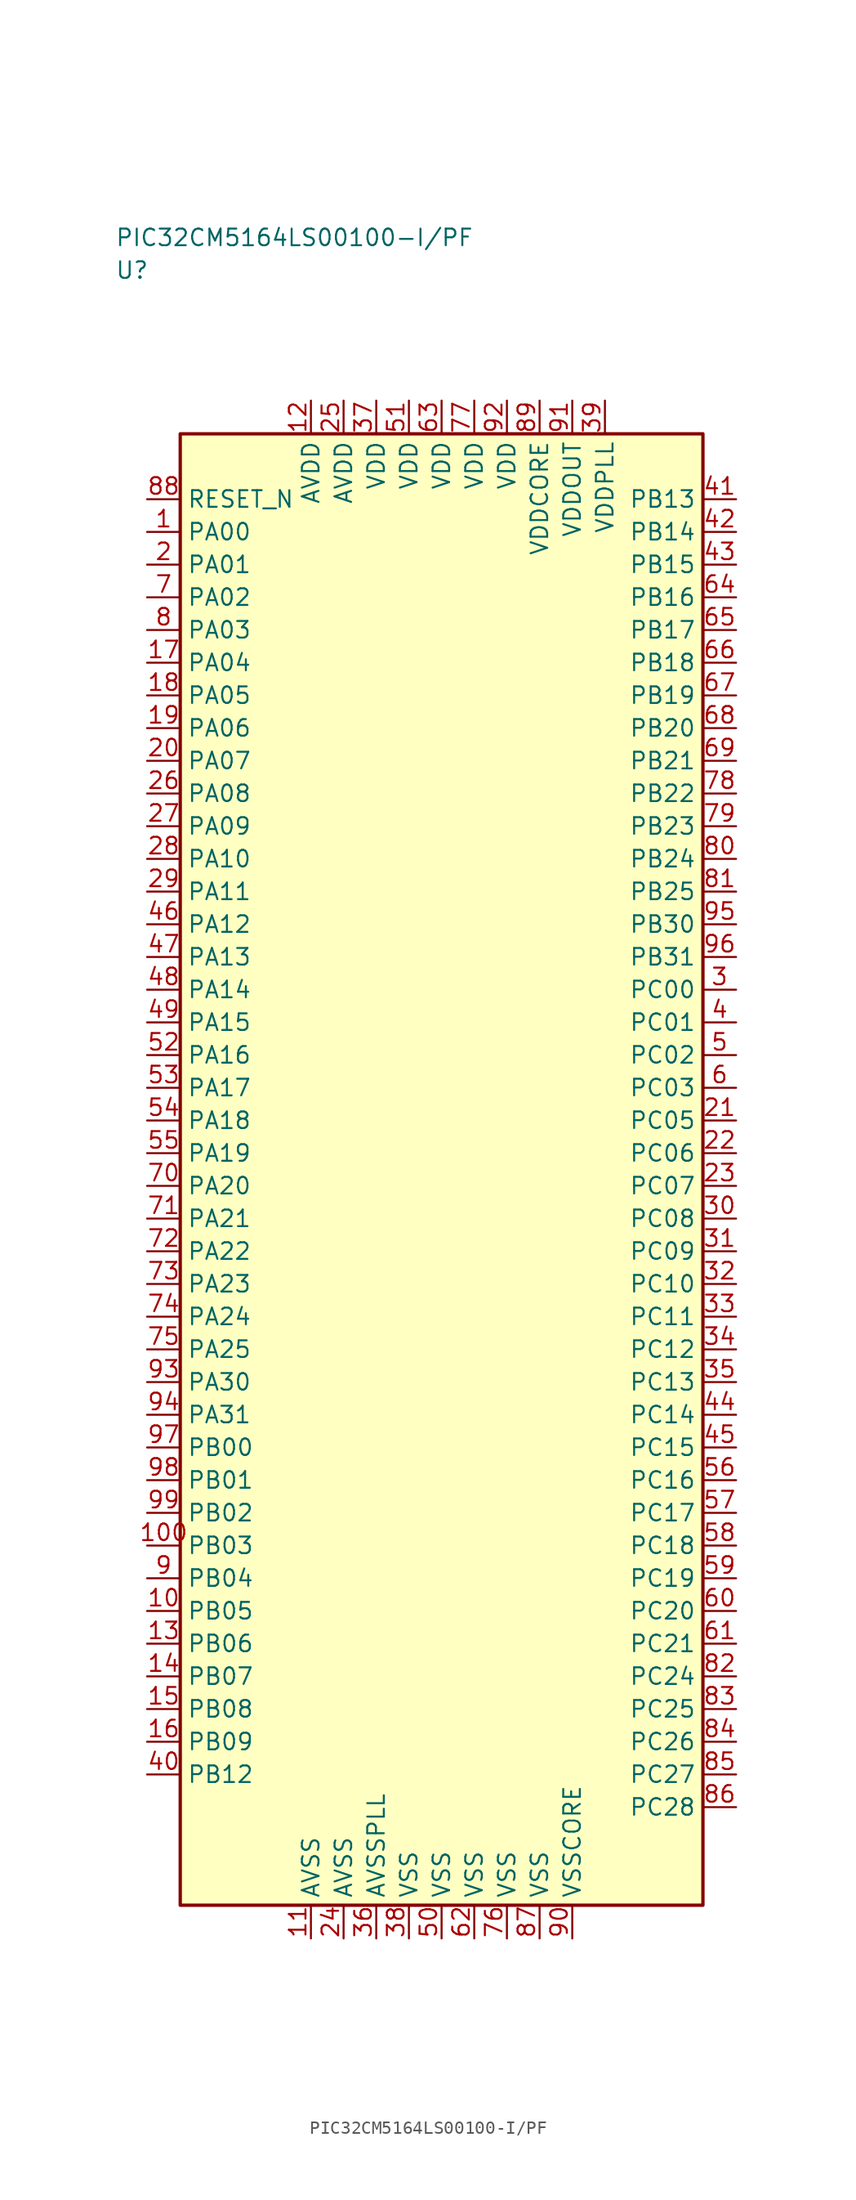
<source format=kicad_sym>
(kicad_symbol_lib
  (version 20241025)
  (generator "kicad_symbol_editor")
  (generator_version "8.0")
  (symbol "PIC32CM5164LS00100-I/PF"
    (property "Reference" "U"
      (at -25.0 68.75 0)
      (effects (font (size 1.27 1.27)) (justify left)))
    (property "Value" "PIC32CM5164LS00100-I/PF"
      (at -25.0 71.25 0)
      (effects (font (size 1.27 1.27)) (justify left)))
    (symbol "PIC32CM5164LS00100-I/PF_0_1"
      (rectangle (start -20.0 56.25) (end 20.0 -56.25) (stroke (width 0.254) (type default)) (fill (type background))))
    (symbol "PIC32CM5164LS00100-I/PF_1_1"
      (pin bidirectional line (at -22.54 48.75 0.0) (length 2.54) (name "PA00" (effects (font (size 1.27 1.27)))) (number "1" (effects (font (size 1.27 1.27)))))
      (pin bidirectional line (at -22.54 46.25 0.0) (length 2.54) (name "PA01" (effects (font (size 1.27 1.27)))) (number "2" (effects (font (size 1.27 1.27)))))
      (pin bidirectional line (at 22.54 13.75 180.0) (length 2.54) (name "PC00" (effects (font (size 1.27 1.27)))) (number "3" (effects (font (size 1.27 1.27)))))
      (pin bidirectional line (at 22.54 11.25 180.0) (length 2.54) (name "PC01" (effects (font (size 1.27 1.27)))) (number "4" (effects (font (size 1.27 1.27)))))
      (pin bidirectional line (at 22.54 8.75 180.0) (length 2.54) (name "PC02" (effects (font (size 1.27 1.27)))) (number "5" (effects (font (size 1.27 1.27)))))
      (pin bidirectional line (at 22.54 6.25 180.0) (length 2.54) (name "PC03" (effects (font (size 1.27 1.27)))) (number "6" (effects (font (size 1.27 1.27)))))
      (pin bidirectional line (at -22.54 43.75 0.0) (length 2.54) (name "PA02" (effects (font (size 1.27 1.27)))) (number "7" (effects (font (size 1.27 1.27)))))
      (pin bidirectional line (at -22.54 41.25 0.0) (length 2.54) (name "PA03" (effects (font (size 1.27 1.27)))) (number "8" (effects (font (size 1.27 1.27)))))
      (pin bidirectional line (at -22.54 -31.25 0.0) (length 2.54) (name "PB04" (effects (font (size 1.27 1.27)))) (number "9" (effects (font (size 1.27 1.27)))))
      (pin bidirectional line (at -22.54 -33.75 0.0) (length 2.54) (name "PB05" (effects (font (size 1.27 1.27)))) (number "10" (effects (font (size 1.27 1.27)))))
      (pin passive line (at -10.0 -58.79 90.0) (length 2.54) (name "AVSS" (effects (font (size 1.27 1.27)))) (number "11" (effects (font (size 1.27 1.27)))))
      (pin power_in line (at -10.0 58.79 270.0) (length 2.54) (name "AVDD" (effects (font (size 1.27 1.27)))) (number "12" (effects (font (size 1.27 1.27)))))
      (pin bidirectional line (at -22.54 -36.25 0.0) (length 2.54) (name "PB06" (effects (font (size 1.27 1.27)))) (number "13" (effects (font (size 1.27 1.27)))))
      (pin bidirectional line (at -22.54 -38.75 0.0) (length 2.54) (name "PB07" (effects (font (size 1.27 1.27)))) (number "14" (effects (font (size 1.27 1.27)))))
      (pin bidirectional line (at -22.54 -41.25 0.0) (length 2.54) (name "PB08" (effects (font (size 1.27 1.27)))) (number "15" (effects (font (size 1.27 1.27)))))
      (pin bidirectional line (at -22.54 -43.75 0.0) (length 2.54) (name "PB09" (effects (font (size 1.27 1.27)))) (number "16" (effects (font (size 1.27 1.27)))))
      (pin bidirectional line (at -22.54 38.75 0.0) (length 2.54) (name "PA04" (effects (font (size 1.27 1.27)))) (number "17" (effects (font (size 1.27 1.27)))))
      (pin bidirectional line (at -22.54 36.25 0.0) (length 2.54) (name "PA05" (effects (font (size 1.27 1.27)))) (number "18" (effects (font (size 1.27 1.27)))))
      (pin bidirectional line (at -22.54 33.75 0.0) (length 2.54) (name "PA06" (effects (font (size 1.27 1.27)))) (number "19" (effects (font (size 1.27 1.27)))))
      (pin bidirectional line (at -22.54 31.25 0.0) (length 2.54) (name "PA07" (effects (font (size 1.27 1.27)))) (number "20" (effects (font (size 1.27 1.27)))))
      (pin bidirectional line (at 22.54 3.75 180.0) (length 2.54) (name "PC05" (effects (font (size 1.27 1.27)))) (number "21" (effects (font (size 1.27 1.27)))))
      (pin bidirectional line (at 22.54 1.25 180.0) (length 2.54) (name "PC06" (effects (font (size 1.27 1.27)))) (number "22" (effects (font (size 1.27 1.27)))))
      (pin bidirectional line (at 22.54 -1.25 180.0) (length 2.54) (name "PC07" (effects (font (size 1.27 1.27)))) (number "23" (effects (font (size 1.27 1.27)))))
      (pin passive line (at -7.5 -58.79 90.0) (length 2.54) (name "AVSS" (effects (font (size 1.27 1.27)))) (number "24" (effects (font (size 1.27 1.27)))))
      (pin power_in line (at -7.5 58.79 270.0) (length 2.54) (name "AVDD" (effects (font (size 1.27 1.27)))) (number "25" (effects (font (size 1.27 1.27)))))
      (pin bidirectional line (at -22.54 28.75 0.0) (length 2.54) (name "PA08" (effects (font (size 1.27 1.27)))) (number "26" (effects (font (size 1.27 1.27)))))
      (pin bidirectional line (at -22.54 26.25 0.0) (length 2.54) (name "PA09" (effects (font (size 1.27 1.27)))) (number "27" (effects (font (size 1.27 1.27)))))
      (pin bidirectional line (at -22.54 23.75 0.0) (length 2.54) (name "PA10" (effects (font (size 1.27 1.27)))) (number "28" (effects (font (size 1.27 1.27)))))
      (pin bidirectional line (at -22.54 21.25 0.0) (length 2.54) (name "PA11" (effects (font (size 1.27 1.27)))) (number "29" (effects (font (size 1.27 1.27)))))
      (pin bidirectional line (at 22.54 -3.75 180.0) (length 2.54) (name "PC08" (effects (font (size 1.27 1.27)))) (number "30" (effects (font (size 1.27 1.27)))))
      (pin bidirectional line (at 22.54 -6.25 180.0) (length 2.54) (name "PC09" (effects (font (size 1.27 1.27)))) (number "31" (effects (font (size 1.27 1.27)))))
      (pin bidirectional line (at 22.54 -8.75 180.0) (length 2.54) (name "PC10" (effects (font (size 1.27 1.27)))) (number "32" (effects (font (size 1.27 1.27)))))
      (pin bidirectional line (at 22.54 -11.25 180.0) (length 2.54) (name "PC11" (effects (font (size 1.27 1.27)))) (number "33" (effects (font (size 1.27 1.27)))))
      (pin bidirectional line (at 22.54 -13.75 180.0) (length 2.54) (name "PC12" (effects (font (size 1.27 1.27)))) (number "34" (effects (font (size 1.27 1.27)))))
      (pin bidirectional line (at 22.54 -16.25 180.0) (length 2.54) (name "PC13" (effects (font (size 1.27 1.27)))) (number "35" (effects (font (size 1.27 1.27)))))
      (pin passive line (at -5.0 -58.79 90.0) (length 2.54) (name "AVSSPLL" (effects (font (size 1.27 1.27)))) (number "36" (effects (font (size 1.27 1.27)))))
      (pin power_in line (at -5.0 58.79 270.0) (length 2.54) (name "VDD" (effects (font (size 1.27 1.27)))) (number "37" (effects (font (size 1.27 1.27)))))
      (pin passive line (at -2.5 -58.79 90.0) (length 2.54) (name "VSS" (effects (font (size 1.27 1.27)))) (number "38" (effects (font (size 1.27 1.27)))))
      (pin power_in line (at 12.5 58.79 270.0) (length 2.54) (name "VDDPLL" (effects (font (size 1.27 1.27)))) (number "39" (effects (font (size 1.27 1.27)))))
      (pin bidirectional line (at -22.54 -46.25 0.0) (length 2.54) (name "PB12" (effects (font (size 1.27 1.27)))) (number "40" (effects (font (size 1.27 1.27)))))
      (pin bidirectional line (at 22.54 51.25 180.0) (length 2.54) (name "PB13" (effects (font (size 1.27 1.27)))) (number "41" (effects (font (size 1.27 1.27)))))
      (pin bidirectional line (at 22.54 48.75 180.0) (length 2.54) (name "PB14" (effects (font (size 1.27 1.27)))) (number "42" (effects (font (size 1.27 1.27)))))
      (pin bidirectional line (at 22.54 46.25 180.0) (length 2.54) (name "PB15" (effects (font (size 1.27 1.27)))) (number "43" (effects (font (size 1.27 1.27)))))
      (pin bidirectional line (at 22.54 -18.75 180.0) (length 2.54) (name "PC14" (effects (font (size 1.27 1.27)))) (number "44" (effects (font (size 1.27 1.27)))))
      (pin bidirectional line (at 22.54 -21.25 180.0) (length 2.54) (name "PC15" (effects (font (size 1.27 1.27)))) (number "45" (effects (font (size 1.27 1.27)))))
      (pin bidirectional line (at -22.54 18.75 0.0) (length 2.54) (name "PA12" (effects (font (size 1.27 1.27)))) (number "46" (effects (font (size 1.27 1.27)))))
      (pin bidirectional line (at -22.54 16.25 0.0) (length 2.54) (name "PA13" (effects (font (size 1.27 1.27)))) (number "47" (effects (font (size 1.27 1.27)))))
      (pin bidirectional line (at -22.54 13.75 0.0) (length 2.54) (name "PA14" (effects (font (size 1.27 1.27)))) (number "48" (effects (font (size 1.27 1.27)))))
      (pin bidirectional line (at -22.54 11.25 0.0) (length 2.54) (name "PA15" (effects (font (size 1.27 1.27)))) (number "49" (effects (font (size 1.27 1.27)))))
      (pin passive line (at 0.0 -58.79 90.0) (length 2.54) (name "VSS" (effects (font (size 1.27 1.27)))) (number "50" (effects (font (size 1.27 1.27)))))
      (pin power_in line (at -2.5 58.79 270.0) (length 2.54) (name "VDD" (effects (font (size 1.27 1.27)))) (number "51" (effects (font (size 1.27 1.27)))))
      (pin bidirectional line (at -22.54 8.75 0.0) (length 2.54) (name "PA16" (effects (font (size 1.27 1.27)))) (number "52" (effects (font (size 1.27 1.27)))))
      (pin bidirectional line (at -22.54 6.25 0.0) (length 2.54) (name "PA17" (effects (font (size 1.27 1.27)))) (number "53" (effects (font (size 1.27 1.27)))))
      (pin bidirectional line (at -22.54 3.75 0.0) (length 2.54) (name "PA18" (effects (font (size 1.27 1.27)))) (number "54" (effects (font (size 1.27 1.27)))))
      (pin bidirectional line (at -22.54 1.25 0.0) (length 2.54) (name "PA19" (effects (font (size 1.27 1.27)))) (number "55" (effects (font (size 1.27 1.27)))))
      (pin bidirectional line (at 22.54 -23.75 180.0) (length 2.54) (name "PC16" (effects (font (size 1.27 1.27)))) (number "56" (effects (font (size 1.27 1.27)))))
      (pin bidirectional line (at 22.54 -26.25 180.0) (length 2.54) (name "PC17" (effects (font (size 1.27 1.27)))) (number "57" (effects (font (size 1.27 1.27)))))
      (pin bidirectional line (at 22.54 -28.75 180.0) (length 2.54) (name "PC18" (effects (font (size 1.27 1.27)))) (number "58" (effects (font (size 1.27 1.27)))))
      (pin bidirectional line (at 22.54 -31.25 180.0) (length 2.54) (name "PC19" (effects (font (size 1.27 1.27)))) (number "59" (effects (font (size 1.27 1.27)))))
      (pin bidirectional line (at 22.54 -33.75 180.0) (length 2.54) (name "PC20" (effects (font (size 1.27 1.27)))) (number "60" (effects (font (size 1.27 1.27)))))
      (pin bidirectional line (at 22.54 -36.25 180.0) (length 2.54) (name "PC21" (effects (font (size 1.27 1.27)))) (number "61" (effects (font (size 1.27 1.27)))))
      (pin passive line (at 2.5 -58.79 90.0) (length 2.54) (name "VSS" (effects (font (size 1.27 1.27)))) (number "62" (effects (font (size 1.27 1.27)))))
      (pin power_in line (at 0.0 58.79 270.0) (length 2.54) (name "VDD" (effects (font (size 1.27 1.27)))) (number "63" (effects (font (size 1.27 1.27)))))
      (pin bidirectional line (at 22.54 43.75 180.0) (length 2.54) (name "PB16" (effects (font (size 1.27 1.27)))) (number "64" (effects (font (size 1.27 1.27)))))
      (pin bidirectional line (at 22.54 41.25 180.0) (length 2.54) (name "PB17" (effects (font (size 1.27 1.27)))) (number "65" (effects (font (size 1.27 1.27)))))
      (pin bidirectional line (at 22.54 38.75 180.0) (length 2.54) (name "PB18" (effects (font (size 1.27 1.27)))) (number "66" (effects (font (size 1.27 1.27)))))
      (pin bidirectional line (at 22.54 36.25 180.0) (length 2.54) (name "PB19" (effects (font (size 1.27 1.27)))) (number "67" (effects (font (size 1.27 1.27)))))
      (pin bidirectional line (at 22.54 33.75 180.0) (length 2.54) (name "PB20" (effects (font (size 1.27 1.27)))) (number "68" (effects (font (size 1.27 1.27)))))
      (pin bidirectional line (at 22.54 31.25 180.0) (length 2.54) (name "PB21" (effects (font (size 1.27 1.27)))) (number "69" (effects (font (size 1.27 1.27)))))
      (pin bidirectional line (at -22.54 -1.25 0.0) (length 2.54) (name "PA20" (effects (font (size 1.27 1.27)))) (number "70" (effects (font (size 1.27 1.27)))))
      (pin bidirectional line (at -22.54 -3.75 0.0) (length 2.54) (name "PA21" (effects (font (size 1.27 1.27)))) (number "71" (effects (font (size 1.27 1.27)))))
      (pin bidirectional line (at -22.54 -6.25 0.0) (length 2.54) (name "PA22" (effects (font (size 1.27 1.27)))) (number "72" (effects (font (size 1.27 1.27)))))
      (pin bidirectional line (at -22.54 -8.75 0.0) (length 2.54) (name "PA23" (effects (font (size 1.27 1.27)))) (number "73" (effects (font (size 1.27 1.27)))))
      (pin bidirectional line (at -22.54 -11.25 0.0) (length 2.54) (name "PA24" (effects (font (size 1.27 1.27)))) (number "74" (effects (font (size 1.27 1.27)))))
      (pin bidirectional line (at -22.54 -13.75 0.0) (length 2.54) (name "PA25" (effects (font (size 1.27 1.27)))) (number "75" (effects (font (size 1.27 1.27)))))
      (pin passive line (at 5.0 -58.79 90.0) (length 2.54) (name "VSS" (effects (font (size 1.27 1.27)))) (number "76" (effects (font (size 1.27 1.27)))))
      (pin power_in line (at 2.5 58.79 270.0) (length 2.54) (name "VDD" (effects (font (size 1.27 1.27)))) (number "77" (effects (font (size 1.27 1.27)))))
      (pin bidirectional line (at 22.54 28.75 180.0) (length 2.54) (name "PB22" (effects (font (size 1.27 1.27)))) (number "78" (effects (font (size 1.27 1.27)))))
      (pin bidirectional line (at 22.54 26.25 180.0) (length 2.54) (name "PB23" (effects (font (size 1.27 1.27)))) (number "79" (effects (font (size 1.27 1.27)))))
      (pin bidirectional line (at 22.54 23.75 180.0) (length 2.54) (name "PB24" (effects (font (size 1.27 1.27)))) (number "80" (effects (font (size 1.27 1.27)))))
      (pin bidirectional line (at 22.54 21.25 180.0) (length 2.54) (name "PB25" (effects (font (size 1.27 1.27)))) (number "81" (effects (font (size 1.27 1.27)))))
      (pin bidirectional line (at 22.54 -38.75 180.0) (length 2.54) (name "PC24" (effects (font (size 1.27 1.27)))) (number "82" (effects (font (size 1.27 1.27)))))
      (pin bidirectional line (at 22.54 -41.25 180.0) (length 2.54) (name "PC25" (effects (font (size 1.27 1.27)))) (number "83" (effects (font (size 1.27 1.27)))))
      (pin bidirectional line (at 22.54 -43.75 180.0) (length 2.54) (name "PC26" (effects (font (size 1.27 1.27)))) (number "84" (effects (font (size 1.27 1.27)))))
      (pin bidirectional line (at 22.54 -46.25 180.0) (length 2.54) (name "PC27" (effects (font (size 1.27 1.27)))) (number "85" (effects (font (size 1.27 1.27)))))
      (pin bidirectional line (at 22.54 -48.75 180.0) (length 2.54) (name "PC28" (effects (font (size 1.27 1.27)))) (number "86" (effects (font (size 1.27 1.27)))))
      (pin passive line (at 7.5 -58.79 90.0) (length 2.54) (name "VSS" (effects (font (size 1.27 1.27)))) (number "87" (effects (font (size 1.27 1.27)))))
      (pin input line (at -22.54 51.25 0.0) (length 2.54) (name "RESET_N" (effects (font (size 1.27 1.27)))) (number "88" (effects (font (size 1.27 1.27)))))
      (pin power_in line (at 7.5 58.79 270.0) (length 2.54) (name "VDDCORE" (effects (font (size 1.27 1.27)))) (number "89" (effects (font (size 1.27 1.27)))))
      (pin passive line (at 10.0 -58.79 90.0) (length 2.54) (name "VSSCORE" (effects (font (size 1.27 1.27)))) (number "90" (effects (font (size 1.27 1.27)))))
      (pin power_in line (at 10.0 58.79 270.0) (length 2.54) (name "VDDOUT" (effects (font (size 1.27 1.27)))) (number "91" (effects (font (size 1.27 1.27)))))
      (pin power_in line (at 5.0 58.79 270.0) (length 2.54) (name "VDD" (effects (font (size 1.27 1.27)))) (number "92" (effects (font (size 1.27 1.27)))))
      (pin bidirectional line (at -22.54 -16.25 0.0) (length 2.54) (name "PA30" (effects (font (size 1.27 1.27)))) (number "93" (effects (font (size 1.27 1.27)))))
      (pin bidirectional line (at -22.54 -18.75 0.0) (length 2.54) (name "PA31" (effects (font (size 1.27 1.27)))) (number "94" (effects (font (size 1.27 1.27)))))
      (pin bidirectional line (at 22.54 18.75 180.0) (length 2.54) (name "PB30" (effects (font (size 1.27 1.27)))) (number "95" (effects (font (size 1.27 1.27)))))
      (pin bidirectional line (at 22.54 16.25 180.0) (length 2.54) (name "PB31" (effects (font (size 1.27 1.27)))) (number "96" (effects (font (size 1.27 1.27)))))
      (pin bidirectional line (at -22.54 -21.25 0.0) (length 2.54) (name "PB00" (effects (font (size 1.27 1.27)))) (number "97" (effects (font (size 1.27 1.27)))))
      (pin bidirectional line (at -22.54 -23.75 0.0) (length 2.54) (name "PB01" (effects (font (size 1.27 1.27)))) (number "98" (effects (font (size 1.27 1.27)))))
      (pin bidirectional line (at -22.54 -26.25 0.0) (length 2.54) (name "PB02" (effects (font (size 1.27 1.27)))) (number "99" (effects (font (size 1.27 1.27)))))
      (pin bidirectional line (at -22.54 -28.75 0.0) (length 2.54) (name "PB03" (effects (font (size 1.27 1.27)))) (number "100" (effects (font (size 1.27 1.27))))))))
</source>
